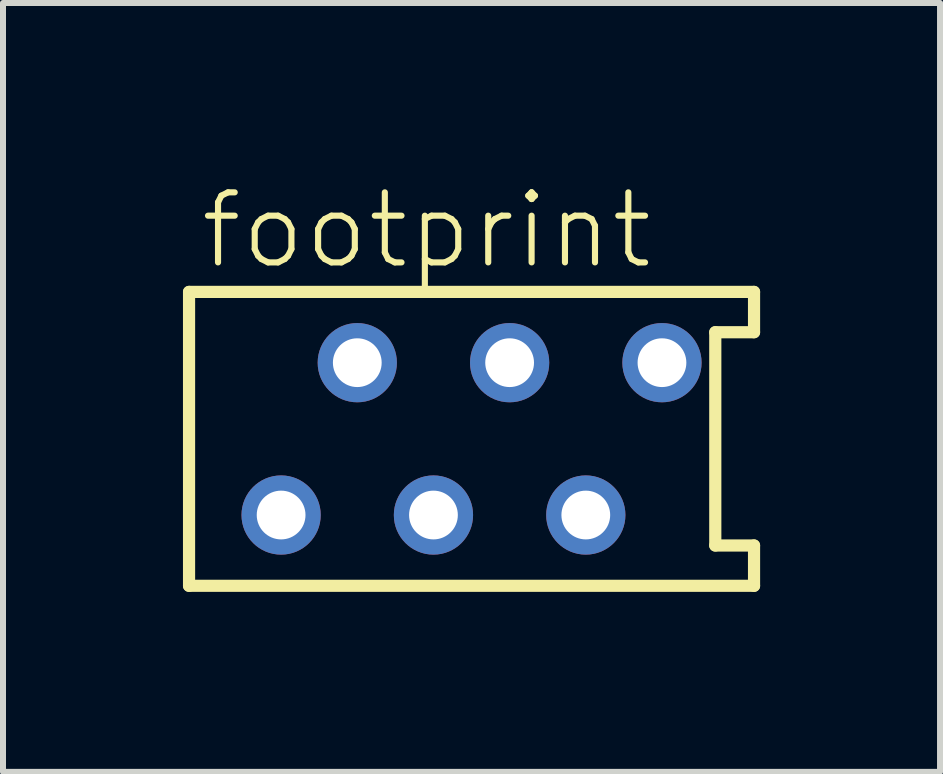
<source format=kicad_pcb>
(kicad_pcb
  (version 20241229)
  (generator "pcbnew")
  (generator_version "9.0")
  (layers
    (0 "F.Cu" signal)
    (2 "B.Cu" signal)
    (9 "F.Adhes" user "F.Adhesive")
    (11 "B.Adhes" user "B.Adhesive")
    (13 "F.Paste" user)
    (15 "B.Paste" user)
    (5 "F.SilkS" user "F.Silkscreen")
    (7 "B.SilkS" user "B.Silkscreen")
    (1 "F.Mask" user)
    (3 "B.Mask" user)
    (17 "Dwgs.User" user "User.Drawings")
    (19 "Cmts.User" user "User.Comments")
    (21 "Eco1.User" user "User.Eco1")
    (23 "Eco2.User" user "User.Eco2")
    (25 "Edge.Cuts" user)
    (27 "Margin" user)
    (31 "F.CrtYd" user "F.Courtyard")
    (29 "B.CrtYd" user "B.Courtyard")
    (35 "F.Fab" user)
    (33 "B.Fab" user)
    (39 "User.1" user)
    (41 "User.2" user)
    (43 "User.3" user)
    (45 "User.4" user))
  (footprint "footprint"
    (layer "F.Cu")
    (at 4.812 4.267)
    (property "Reference" "footprint" (at -4.572 -2.794 0) (layer "F.SilkS") (effects (font (size 1.168 1.168) (thickness 0.102)) (justify left bottom)))
    (fp_line (start -4.71 -2.45) (end -4.71 2.45) (stroke (width 0.203) (type solid)) (layer "F.SilkS"))
    (fp_line (start -4.71 2.45) (end 4.71 2.45) (stroke (width 0.203) (type solid)) (layer "F.SilkS"))
    (fp_line (start 4.064 -1.778) (end 4.71 -1.778) (stroke (width 0.203) (type solid)) (layer "F.SilkS"))
    (fp_line (start 4.064 1.778) (end 4.064 -1.778) (stroke (width 0.203) (type solid)) (layer "F.SilkS"))
    (fp_line (start 4.71 -2.45) (end -4.71 -2.45) (stroke (width 0.203) (type solid)) (layer "F.SilkS"))
    (fp_line (start 4.71 -1.778) (end 4.71 -2.45) (stroke (width 0.203) (type solid)) (layer "F.SilkS"))
    (fp_line (start 4.71 1.778) (end 4.064 1.778) (stroke (width 0.203) (type solid)) (layer "F.SilkS"))
    (fp_line (start 4.71 2.45) (end 4.71 1.778) (stroke (width 0.203) (type solid)) (layer "F.SilkS"))
    (pad "1" thru_hole circle (at -3.175 1.27) (size 1.321 1.321) (drill 0.813) (layers "*.Cu" "*.Mask"))
    (pad "2" thru_hole circle (at -1.905 -1.27) (size 1.321 1.321) (drill 0.813) (layers "*.Cu" "*.Mask"))
    (pad "3" thru_hole circle (at -0.635 1.27) (size 1.321 1.321) (drill 0.813) (layers "*.Cu" "*.Mask"))
    (pad "4" thru_hole circle (at 0.635 -1.27) (size 1.321 1.321) (drill 0.813) (layers "*.Cu" "*.Mask"))
    (pad "5" thru_hole circle (at 1.905 1.27) (size 1.321 1.321) (drill 0.813) (layers "*.Cu" "*.Mask"))
    (pad "6" thru_hole circle (at 3.175 -1.27) (size 1.321 1.321) (drill 0.813) (layers "*.Cu" "*.Mask")))
  (gr_rect
    (start -3 -3)
    (end 12.623 9.819)
    (stroke (width 0.1) (type default))
    (fill no)
    (layer "Edge.Cuts")))
</source>
